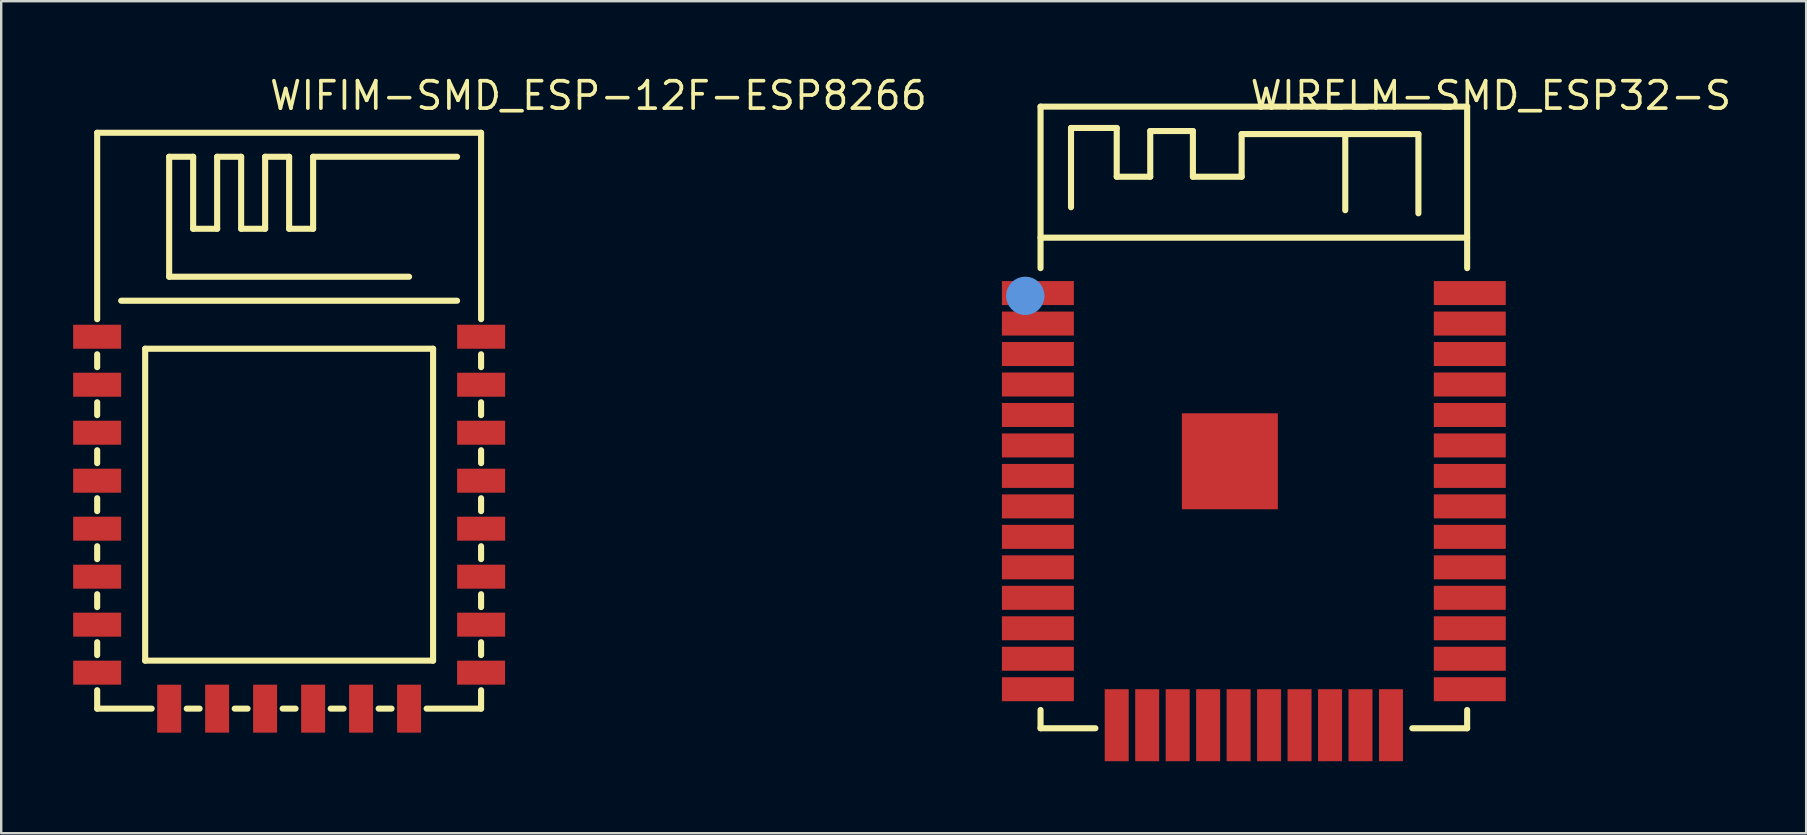
<source format=kicad_pcb>
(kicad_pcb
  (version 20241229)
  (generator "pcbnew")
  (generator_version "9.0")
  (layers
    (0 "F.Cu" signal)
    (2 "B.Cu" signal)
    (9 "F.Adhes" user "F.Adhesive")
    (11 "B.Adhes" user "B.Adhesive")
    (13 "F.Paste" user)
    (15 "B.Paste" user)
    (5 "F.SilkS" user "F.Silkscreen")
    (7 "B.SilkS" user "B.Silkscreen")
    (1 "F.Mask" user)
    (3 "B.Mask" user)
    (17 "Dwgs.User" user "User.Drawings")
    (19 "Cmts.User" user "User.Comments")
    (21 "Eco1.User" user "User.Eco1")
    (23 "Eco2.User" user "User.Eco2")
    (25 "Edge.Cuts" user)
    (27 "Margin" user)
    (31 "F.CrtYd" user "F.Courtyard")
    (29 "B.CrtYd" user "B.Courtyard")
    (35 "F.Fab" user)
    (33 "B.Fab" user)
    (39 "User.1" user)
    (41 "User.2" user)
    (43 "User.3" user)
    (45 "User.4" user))
  (footprint "WIFIM-SMD_ESP-12F-ESP8266"
    (layer "F.Cu")
    (at 9.002 18.735)
    (property "Reference" "WIFIM-SMD_ESP-12F-ESP8266" (at -0.9 -17.8 0) (layer "F.SilkS") (effects (font (size 1.143 1.143) (thickness 0.152)) (justify left)))
    (attr smd)
    (fp_line (start -8.002 -16.251) (end 7.998 -16.251) (stroke (width 0.254) (type solid)) (layer "F.SilkS"))
    (fp_line (start -8.002 -8.482) (end -8.002 -16.251) (stroke (width 0.254) (type solid)) (layer "F.SilkS"))
    (fp_line (start -8.002 -6.482) (end -8.002 -7.019) (stroke (width 0.254) (type solid)) (layer "F.SilkS"))
    (fp_line (start -8.002 -4.482) (end -8.002 -5.019) (stroke (width 0.254) (type solid)) (layer "F.SilkS"))
    (fp_line (start -8.002 -2.482) (end -8.002 -3.02) (stroke (width 0.254) (type solid)) (layer "F.SilkS"))
    (fp_line (start -8.002 -0.482) (end -8.002 -1.02) (stroke (width 0.254) (type solid)) (layer "F.SilkS"))
    (fp_line (start -8.002 1.518) (end -8.002 0.98) (stroke (width 0.254) (type solid)) (layer "F.SilkS"))
    (fp_line (start -8.002 3.518) (end -8.002 2.981) (stroke (width 0.254) (type solid)) (layer "F.SilkS"))
    (fp_line (start -8.002 5.518) (end -8.002 4.981) (stroke (width 0.254) (type solid)) (layer "F.SilkS"))
    (fp_line (start -8.002 7.749) (end -8.002 6.981) (stroke (width 0.254) (type solid)) (layer "F.SilkS"))
    (fp_line (start -7.002 -9.251) (end 6.998 -9.251) (stroke (width 0.254) (type solid)) (layer "F.SilkS"))
    (fp_line (start -6.002 -7.251) (end -6.002 5.749) (stroke (width 0.254) (type solid)) (layer "F.SilkS"))
    (fp_line (start -6.002 5.749) (end 5.998 5.749) (stroke (width 0.254) (type solid)) (layer "F.SilkS"))
    (fp_line (start -5.731 7.749) (end -8.002 7.749) (stroke (width 0.254) (type solid)) (layer "F.SilkS"))
    (fp_line (start -5.002 -15.251) (end -4.002 -15.251) (stroke (width 0.254) (type solid)) (layer "F.SilkS"))
    (fp_line (start -5.002 -10.251) (end -5.002 -15.251) (stroke (width 0.254) (type solid)) (layer "F.SilkS"))
    (fp_line (start -4.002 -15.251) (end -4.002 -12.251) (stroke (width 0.254) (type solid)) (layer "F.SilkS"))
    (fp_line (start -4.002 -12.251) (end -3.002 -12.251) (stroke (width 0.254) (type solid)) (layer "F.SilkS"))
    (fp_line (start -3.733 7.749) (end -4.269 7.749) (stroke (width 0.254) (type solid)) (layer "F.SilkS"))
    (fp_line (start -3.002 -15.251) (end -2.002 -15.251) (stroke (width 0.254) (type solid)) (layer "F.SilkS"))
    (fp_line (start -3.002 -12.251) (end -3.002 -15.251) (stroke (width 0.254) (type solid)) (layer "F.SilkS"))
    (fp_line (start -2.002 -15.251) (end -2.002 -12.251) (stroke (width 0.254) (type solid)) (layer "F.SilkS"))
    (fp_line (start -2.002 -12.251) (end -1.002 -12.251) (stroke (width 0.254) (type solid)) (layer "F.SilkS"))
    (fp_line (start -1.734 7.749) (end -2.271 7.749) (stroke (width 0.254) (type solid)) (layer "F.SilkS"))
    (fp_line (start -1.002 -15.251) (end -0.002 -15.251) (stroke (width 0.254) (type solid)) (layer "F.SilkS"))
    (fp_line (start -1.002 -12.251) (end -1.002 -15.251) (stroke (width 0.254) (type solid)) (layer "F.SilkS"))
    (fp_line (start -0.002 -15.251) (end -0.002 -12.251) (stroke (width 0.254) (type solid)) (layer "F.SilkS"))
    (fp_line (start -0.002 -12.251) (end 0.998 -12.251) (stroke (width 0.254) (type solid)) (layer "F.SilkS"))
    (fp_line (start 0.266 7.749) (end -0.272 7.749) (stroke (width 0.254) (type solid)) (layer "F.SilkS"))
    (fp_line (start 0.998 -15.251) (end 6.998 -15.251) (stroke (width 0.254) (type solid)) (layer "F.SilkS"))
    (fp_line (start 0.998 -12.251) (end 0.998 -15.251) (stroke (width 0.254) (type solid)) (layer "F.SilkS"))
    (fp_line (start 2.266 7.749) (end 1.729 7.749) (stroke (width 0.254) (type solid)) (layer "F.SilkS"))
    (fp_line (start 4.266 7.749) (end 3.728 7.749) (stroke (width 0.254) (type solid)) (layer "F.SilkS"))
    (fp_line (start 4.998 -10.251) (end -5.002 -10.251) (stroke (width 0.254) (type solid)) (layer "F.SilkS"))
    (fp_line (start 5.998 -7.251) (end -6.002 -7.251) (stroke (width 0.254) (type solid)) (layer "F.SilkS"))
    (fp_line (start 5.998 5.749) (end 5.998 -7.251) (stroke (width 0.254) (type solid)) (layer "F.SilkS"))
    (fp_line (start 7.998 -16.251) (end 7.998 -8.482) (stroke (width 0.254) (type solid)) (layer "F.SilkS"))
    (fp_line (start 7.998 -7.019) (end 7.998 -6.482) (stroke (width 0.254) (type solid)) (layer "F.SilkS"))
    (fp_line (start 7.998 -5.019) (end 7.998 -4.482) (stroke (width 0.254) (type solid)) (layer "F.SilkS"))
    (fp_line (start 7.998 -3.02) (end 7.998 -2.482) (stroke (width 0.254) (type solid)) (layer "F.SilkS"))
    (fp_line (start 7.998 -1.02) (end 7.998 -0.482) (stroke (width 0.254) (type solid)) (layer "F.SilkS"))
    (fp_line (start 7.998 0.98) (end 7.998 1.518) (stroke (width 0.254) (type solid)) (layer "F.SilkS"))
    (fp_line (start 7.998 2.981) (end 7.998 3.518) (stroke (width 0.254) (type solid)) (layer "F.SilkS"))
    (fp_line (start 7.998 4.981) (end 7.998 5.518) (stroke (width 0.254) (type solid)) (layer "F.SilkS"))
    (fp_line (start 7.998 6.981) (end 7.998 7.749) (stroke (width 0.254) (type solid)) (layer "F.SilkS"))
    (fp_line (start 7.998 7.749) (end 5.728 7.749) (stroke (width 0.254) (type solid)) (layer "F.SilkS"))
    (pad "1" smd rect (at -8.002 -7.751) (size 2 1) (layers "F.Cu" "F.Mask" "F.Paste"))
    (pad "2" smd rect (at -8.002 -5.751) (size 2 1) (layers "F.Cu" "F.Mask" "F.Paste"))
    (pad "3" smd rect (at -8.002 -3.751) (size 2 1) (layers "F.Cu" "F.Mask" "F.Paste"))
    (pad "4" smd rect (at -8.002 -1.751) (size 2 1) (layers "F.Cu" "F.Mask" "F.Paste"))
    (pad "5" smd rect (at -8.002 0.249) (size 2 1) (layers "F.Cu" "F.Mask" "F.Paste"))
    (pad "6" smd rect (at -8.002 2.249) (size 2 1) (layers "F.Cu" "F.Mask" "F.Paste"))
    (pad "7" smd rect (at -8.002 4.249) (size 2 1) (layers "F.Cu" "F.Mask" "F.Paste"))
    (pad "8" smd rect (at -8.001 6.249) (size 2 1) (layers "F.Cu" "F.Mask" "F.Paste"))
    (pad "9" smd rect (at 7.999 6.249 180) (size 2 1) (layers "F.Cu" "F.Mask" "F.Paste"))
    (pad "10" smd rect (at 8 4.249 180) (size 2 1) (layers "F.Cu" "F.Mask" "F.Paste"))
    (pad "11" smd rect (at 8.002 2.249 180) (size 2 1) (layers "F.Cu" "F.Mask" "F.Paste"))
    (pad "12" smd rect (at 8.001 0.249 180) (size 2 1) (layers "F.Cu" "F.Mask" "F.Paste"))
    (pad "13" smd rect (at 8 -1.751 180) (size 2 1) (layers "F.Cu" "F.Mask" "F.Paste"))
    (pad "14" smd rect (at 8.001 -3.751 180) (size 2 1) (layers "F.Cu" "F.Mask" "F.Paste"))
    (pad "15" smd rect (at 8 -5.751 180) (size 2 1) (layers "F.Cu" "F.Mask" "F.Paste"))
    (pad "16" smd rect (at 8.001 -7.751 180) (size 2 1) (layers "F.Cu" "F.Mask" "F.Paste"))
    (pad "17" smd rect (at -5 7.751 90) (size 2 1) (layers "F.Cu" "F.Mask" "F.Paste"))
    (pad "18" smd rect (at -3.002 7.749 90) (size 2 1) (layers "F.Cu" "F.Mask" "F.Paste"))
    (pad "19" smd rect (at -1.003 7.75 90) (size 2 1) (layers "F.Cu" "F.Mask" "F.Paste"))
    (pad "20" smd rect (at 0.998 7.75 90) (size 2 1) (layers "F.Cu" "F.Mask" "F.Paste"))
    (pad "21" smd rect (at 2.997 7.75 90) (size 2 1) (layers "F.Cu" "F.Mask" "F.Paste"))
    (pad "22" smd rect (at 4.997 7.75 90) (size 2 1) (layers "F.Cu" "F.Mask" "F.Paste")))
  (footprint "WIRELM-SMD_ESP32-S"
    (layer "F.Cu")
    (at 49.207 18.17)
    (property "Reference" "WIRELM-SMD_ESP32-S" (at -0.238 -17.235 0) (layer "F.SilkS") (effects (font (size 1.143 1.143) (thickness 0.152)) (justify left)))
    (attr smd)
    (fp_line (start -8.89 -16.776) (end 8.89 -16.776) (stroke (width 0.254) (type solid)) (layer "F.SilkS"))
    (fp_line (start -8.89 -11.315) (end 8.89 -11.315) (stroke (width 0.254) (type solid)) (layer "F.SilkS"))
    (fp_line (start -8.89 -10.045) (end -8.89 -16.776) (stroke (width 0.254) (type solid)) (layer "F.SilkS"))
    (fp_line (start -8.89 8.37) (end -8.89 9.132) (stroke (width 0.254) (type solid)) (layer "F.SilkS"))
    (fp_line (start -8.89 9.132) (end -6.604 9.132) (stroke (width 0.254) (type solid)) (layer "F.SilkS"))
    (fp_line (start -7.62 -15.886) (end -5.715 -15.886) (stroke (width 0.254) (type solid)) (layer "F.SilkS"))
    (fp_line (start -7.62 -12.584) (end -7.62 -15.886) (stroke (width 0.254) (type solid)) (layer "F.SilkS"))
    (fp_line (start -5.715 -15.886) (end -5.715 -13.854) (stroke (width 0.254) (type solid)) (layer "F.SilkS"))
    (fp_line (start -5.715 -13.854) (end -4.318 -13.854) (stroke (width 0.254) (type solid)) (layer "F.SilkS"))
    (fp_line (start -4.318 -15.759) (end -2.54 -15.759) (stroke (width 0.254) (type solid)) (layer "F.SilkS"))
    (fp_line (start -4.318 -13.854) (end -4.318 -15.759) (stroke (width 0.254) (type solid)) (layer "F.SilkS"))
    (fp_line (start -2.54 -15.759) (end -2.54 -13.854) (stroke (width 0.254) (type solid)) (layer "F.SilkS"))
    (fp_line (start -2.54 -13.854) (end -0.508 -13.854) (stroke (width 0.254) (type solid)) (layer "F.SilkS"))
    (fp_line (start -0.508 -15.632) (end 6.858 -15.632) (stroke (width 0.254) (type solid)) (layer "F.SilkS"))
    (fp_line (start -0.508 -13.854) (end -0.508 -15.632) (stroke (width 0.254) (type solid)) (layer "F.SilkS"))
    (fp_line (start 3.81 -15.633) (end 3.81 -12.458) (stroke (width 0.254) (type solid)) (layer "F.SilkS"))
    (fp_line (start 6.604 9.132) (end 8.89 9.132) (stroke (width 0.254) (type solid)) (layer "F.SilkS"))
    (fp_line (start 6.858 -15.632) (end 6.858 -12.33) (stroke (width 0.254) (type solid)) (layer "F.SilkS"))
    (fp_line (start 8.89 -16.776) (end 8.89 -10.045) (stroke (width 0.254) (type solid)) (layer "F.SilkS"))
    (fp_line (start 8.89 9.132) (end 8.89 8.37) (stroke (width 0.254) (type solid)) (layer "F.SilkS"))
    (fp_circle (center -9.525 -8.89) (end -9.125 -8.89) (stroke (width 0.8) (type solid)) (fill no) (layer "Cmts.User"))
    (pad "1" smd rect (at -9 -9.005) (size 3 1) (layers "F.Cu" "F.Mask" "F.Paste"))
    (pad "2" smd rect (at -9 -7.735) (size 3 1) (layers "F.Cu" "F.Mask" "F.Paste"))
    (pad "3" smd rect (at -9 -6.465) (size 3 1) (layers "F.Cu" "F.Mask" "F.Paste"))
    (pad "4" smd rect (at -9 -5.195) (size 3 1) (layers "F.Cu" "F.Mask" "F.Paste"))
    (pad "5" smd rect (at -9 -3.925) (size 3 1) (layers "F.Cu" "F.Mask" "F.Paste"))
    (pad "6" smd rect (at -9 -2.655) (size 3 1) (layers "F.Cu" "F.Mask" "F.Paste"))
    (pad "7" smd rect (at -9 -1.385) (size 3 1) (layers "F.Cu" "F.Mask" "F.Paste"))
    (pad "8" smd rect (at -9 -0.115) (size 3 1) (layers "F.Cu" "F.Mask" "F.Paste"))
    (pad "9" smd rect (at -9 1.155) (size 3 1) (layers "F.Cu" "F.Mask" "F.Paste"))
    (pad "10" smd rect (at -9 2.425) (size 3 1) (layers "F.Cu" "F.Mask" "F.Paste"))
    (pad "11" smd rect (at -9 3.695) (size 3 1) (layers "F.Cu" "F.Mask" "F.Paste"))
    (pad "12" smd rect (at -9 4.965) (size 3 1) (layers "F.Cu" "F.Mask" "F.Paste"))
    (pad "13" smd rect (at -9 6.235) (size 3 1) (layers "F.Cu" "F.Mask" "F.Paste"))
    (pad "14" smd rect (at -9 7.505) (size 3 1) (layers "F.Cu" "F.Mask" "F.Paste"))
    (pad "15" smd rect (at -5.715 9.005) (size 1 3) (layers "F.Cu" "F.Mask" "F.Paste"))
    (pad "16" smd rect (at -4.445 9.005) (size 1 3) (layers "F.Cu" "F.Mask" "F.Paste"))
    (pad "17" smd rect (at -3.175 9.005) (size 1 3) (layers "F.Cu" "F.Mask" "F.Paste"))
    (pad "18" smd rect (at -1.905 9.005) (size 1 3) (layers "F.Cu" "F.Mask" "F.Paste"))
    (pad "19" smd rect (at -0.635 9.005) (size 1 3) (layers "F.Cu" "F.Mask" "F.Paste"))
    (pad "20" smd rect (at 0.635 9.005) (size 1 3) (layers "F.Cu" "F.Mask" "F.Paste"))
    (pad "21" smd rect (at 1.905 9.005) (size 1 3) (layers "F.Cu" "F.Mask" "F.Paste"))
    (pad "22" smd rect (at 3.175 9.005) (size 1 3) (layers "F.Cu" "F.Mask" "F.Paste"))
    (pad "23" smd rect (at 4.445 9.005) (size 1 3) (layers "F.Cu" "F.Mask" "F.Paste"))
    (pad "24" smd rect (at 5.715 9.005) (size 1 3) (layers "F.Cu" "F.Mask" "F.Paste"))
    (pad "25" smd rect (at 9 7.505) (size 3 1) (layers "F.Cu" "F.Mask" "F.Paste"))
    (pad "26" smd rect (at 9 6.235) (size 3 1) (layers "F.Cu" "F.Mask" "F.Paste"))
    (pad "27" smd rect (at 9 4.965) (size 3 1) (layers "F.Cu" "F.Mask" "F.Paste"))
    (pad "28" smd rect (at 9 3.695) (size 3 1) (layers "F.Cu" "F.Mask" "F.Paste"))
    (pad "29" smd rect (at 9 2.425) (size 3 1) (layers "F.Cu" "F.Mask" "F.Paste"))
    (pad "30" smd rect (at 9 1.155) (size 3 1) (layers "F.Cu" "F.Mask" "F.Paste"))
    (pad "31" smd rect (at 9 -0.115) (size 3 1) (layers "F.Cu" "F.Mask" "F.Paste"))
    (pad "32" smd rect (at 9 -1.385) (size 3 1) (layers "F.Cu" "F.Mask" "F.Paste"))
    (pad "33" smd rect (at 9 -2.655) (size 3 1) (layers "F.Cu" "F.Mask" "F.Paste"))
    (pad "34" smd rect (at 9 -3.925) (size 3 1) (layers "F.Cu" "F.Mask" "F.Paste"))
    (pad "35" smd rect (at 9 -5.195) (size 3 1) (layers "F.Cu" "F.Mask" "F.Paste"))
    (pad "36" smd rect (at 9 -6.465) (size 3 1) (layers "F.Cu" "F.Mask" "F.Paste"))
    (pad "37" smd rect (at 9 -7.735) (size 3 1) (layers "F.Cu" "F.Mask" "F.Paste"))
    (pad "38" smd rect (at 9 -9.005) (size 3 1) (layers "F.Cu" "F.Mask" "F.Paste"))
    (pad "39" smd rect (at -1 -1.995) (size 4 4) (layers "F.Cu" "F.Mask" "F.Paste")))
  (gr_rect
    (start -3 -3)
    (end 72.226 31.675)
    (stroke (width 0.1) (type default))
    (fill no)
    (layer "Edge.Cuts")))
</source>
